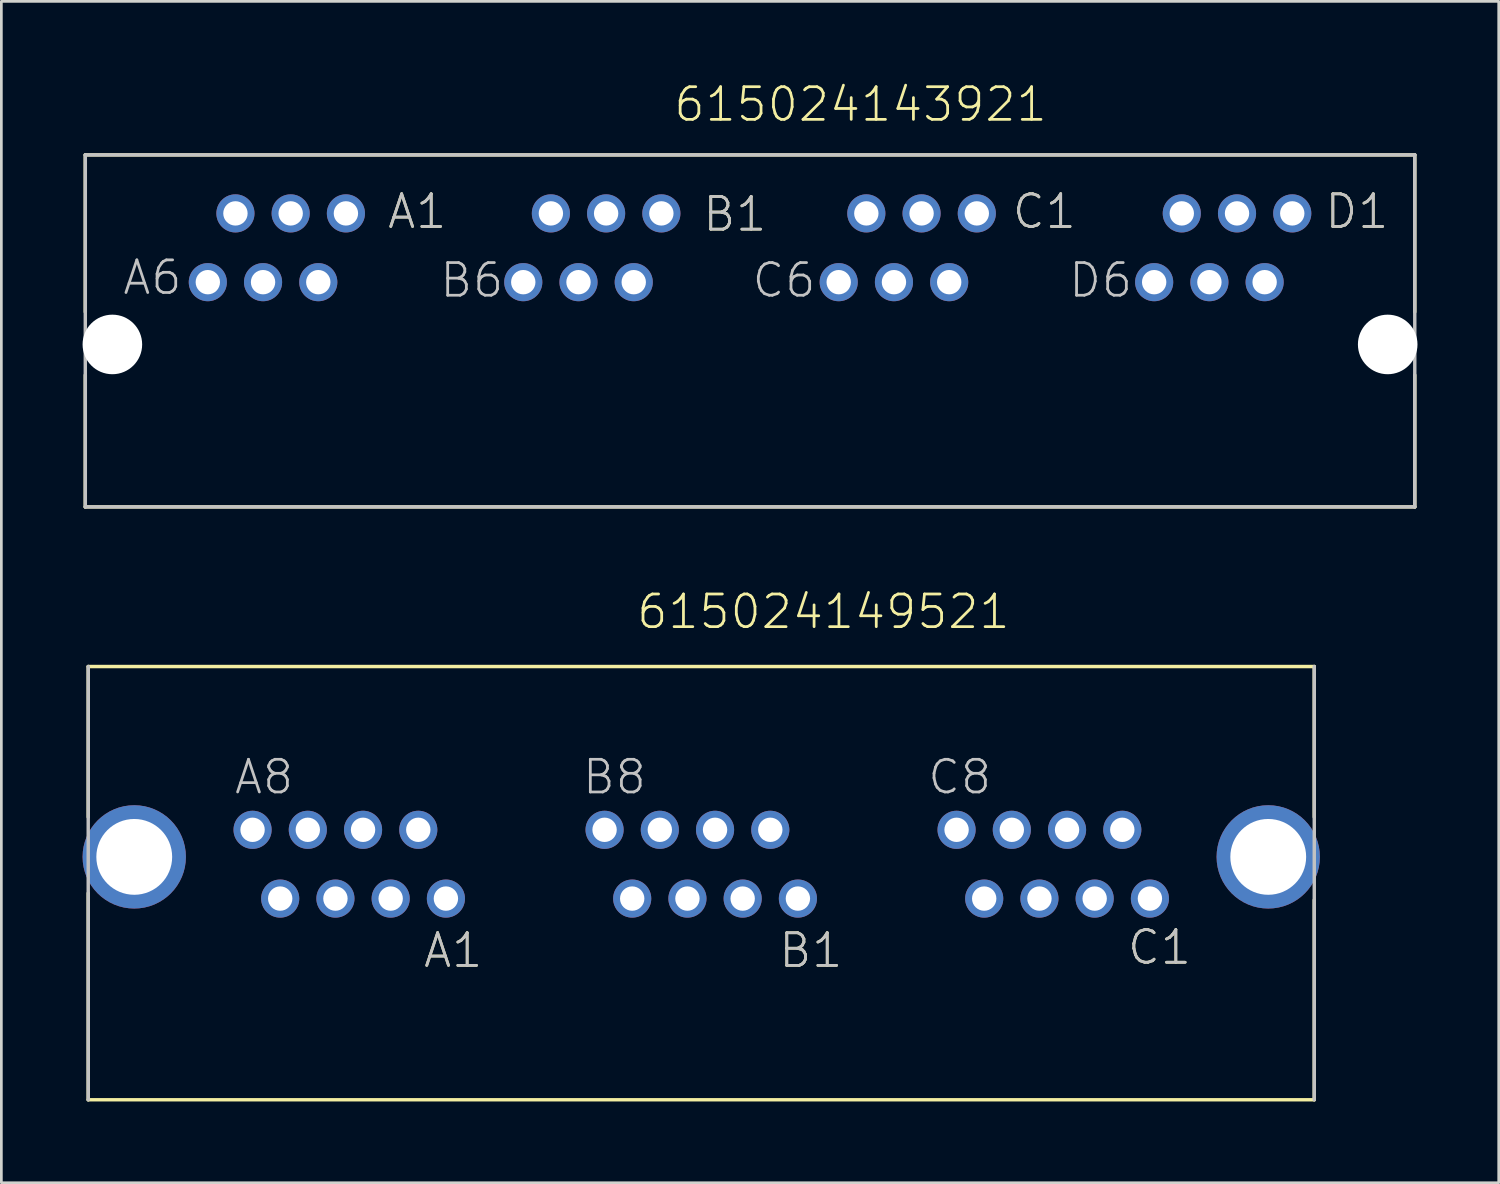
<source format=kicad_pcb>
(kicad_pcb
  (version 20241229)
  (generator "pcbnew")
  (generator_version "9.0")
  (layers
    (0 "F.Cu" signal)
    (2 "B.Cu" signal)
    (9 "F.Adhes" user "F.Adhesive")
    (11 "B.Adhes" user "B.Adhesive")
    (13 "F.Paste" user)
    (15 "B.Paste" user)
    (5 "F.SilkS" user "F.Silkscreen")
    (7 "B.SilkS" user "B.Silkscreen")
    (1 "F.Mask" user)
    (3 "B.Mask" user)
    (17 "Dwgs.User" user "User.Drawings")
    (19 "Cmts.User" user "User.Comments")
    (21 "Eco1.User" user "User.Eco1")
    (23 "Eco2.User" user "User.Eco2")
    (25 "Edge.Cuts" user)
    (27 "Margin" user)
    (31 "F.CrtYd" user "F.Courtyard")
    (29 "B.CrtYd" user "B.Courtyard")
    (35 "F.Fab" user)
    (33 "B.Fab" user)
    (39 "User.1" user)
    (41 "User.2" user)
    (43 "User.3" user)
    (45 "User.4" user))
  (footprint "615024149521"
    (layer "F.Cu")
    (at 22.848 28.596)
    (property "Reference" "615024149521" (at -2.447 -8.35 0) (layer "F.SilkS") (effects (font (size 1.206 1.206) (thickness 0.102)) (justify left bottom)))
    (attr through_hole)
    (fp_line (start -22.64 -7.03) (end 22.64 -7.03) (stroke (width 0.127) (type solid)) (layer "F.SilkS"))
    (fp_line (start -22.64 -1.47) (end -22.64 -7.03) (stroke (width 0.127) (type solid)) (layer "F.SilkS"))
    (fp_line (start -22.64 1.34) (end -22.64 8.97) (stroke (width 0.127) (type solid)) (layer "F.SilkS"))
    (fp_line (start 22.64 -1.47) (end 22.64 -7.03) (stroke (width 0.127) (type solid)) (layer "F.SilkS"))
    (fp_line (start 22.64 1.59) (end 22.64 8.97) (stroke (width 0.127) (type solid)) (layer "F.SilkS"))
    (fp_line (start 22.64 8.97) (end -22.64 8.97) (stroke (width 0.127) (type solid)) (layer "F.SilkS"))
    (fp_line (start -22.64 8.97) (end -22.64 -7.03) (stroke (width 0.127) (type solid)) (layer "Dwgs.User"))
    (fp_line (start 22.64 -7.03) (end 22.64 8.97) (stroke (width 0.127) (type solid)) (layer "Dwgs.User"))
    (fp_text user "C1" (at 15.68 4.045 0) (layer "F.SilkS") (effects (font (size 1.206 1.206) (thickness 0.102)) (justify left bottom)))
    (fp_text user "B1" (at 2.805 4.16 0) (layer "F.SilkS") (effects (font (size 1.206 1.206) (thickness 0.102)) (justify left bottom)))
    (fp_text user "A1" (at -10.32 4.16 0) (layer "F.SilkS") (effects (font (size 1.206 1.206) (thickness 0.102)) (justify left bottom)))
    (fp_text user "A1" (at -10.32 4.16 0) (layer "Dwgs.User") (effects (font (size 1.206 1.206) (thickness 0.102)) (justify left bottom)))
    (fp_text user "B1" (at 2.805 4.16 0) (layer "Dwgs.User") (effects (font (size 1.206 1.206) (thickness 0.102)) (justify left bottom)))
    (fp_text user "C8" (at 8.3 -2.245 0) (layer "Dwgs.User") (effects (font (size 1.206 1.206) (thickness 0.102)) (justify left bottom)))
    (fp_text user "A8" (at -17.305 -2.245 0) (layer "Dwgs.User") (effects (font (size 1.206 1.206) (thickness 0.102)) (justify left bottom)))
    (fp_text user "C1" (at 15.68 4.045 0) (layer "Dwgs.User") (effects (font (size 1.206 1.206) (thickness 0.102)) (justify left bottom)))
    (fp_text user "B8" (at -4.45 -2.245 0) (layer "Dwgs.User") (effects (font (size 1.206 1.206) (thickness 0.102)) (justify left bottom)))
    (pad "A1" thru_hole circle (at -9.43 1.54) (size 1.408 1.408) (drill 0.9) (layers "*.Cu" "*.Mask"))
    (pad "A2" thru_hole circle (at -10.45 -1) (size 1.408 1.408) (drill 0.9) (layers "*.Cu" "*.Mask"))
    (pad "A3" thru_hole circle (at -11.47 1.54) (size 1.408 1.408) (drill 0.9) (layers "*.Cu" "*.Mask"))
    (pad "A4" thru_hole circle (at -12.49 -1) (size 1.408 1.408) (drill 0.9) (layers "*.Cu" "*.Mask"))
    (pad "A5" thru_hole circle (at -13.51 1.54) (size 1.408 1.408) (drill 0.9) (layers "*.Cu" "*.Mask"))
    (pad "A6" thru_hole circle (at -14.53 -1) (size 1.408 1.408) (drill 0.9) (layers "*.Cu" "*.Mask"))
    (pad "A7" thru_hole circle (at -15.55 1.54) (size 1.408 1.408) (drill 0.9) (layers "*.Cu" "*.Mask"))
    (pad "A8" thru_hole circle (at -16.57 -1) (size 1.408 1.408) (drill 0.9) (layers "*.Cu" "*.Mask"))
    (pad "B1" thru_hole circle (at 3.57 1.54) (size 1.408 1.408) (drill 0.9) (layers "*.Cu" "*.Mask"))
    (pad "B2" thru_hole circle (at 2.55 -1) (size 1.408 1.408) (drill 0.9) (layers "*.Cu" "*.Mask"))
    (pad "B3" thru_hole circle (at 1.53 1.54) (size 1.408 1.408) (drill 0.9) (layers "*.Cu" "*.Mask"))
    (pad "B4" thru_hole circle (at 0.51 -1) (size 1.408 1.408) (drill 0.9) (layers "*.Cu" "*.Mask"))
    (pad "B5" thru_hole circle (at -0.51 1.54) (size 1.408 1.408) (drill 0.9) (layers "*.Cu" "*.Mask"))
    (pad "B6" thru_hole circle (at -1.53 -1) (size 1.408 1.408) (drill 0.9) (layers "*.Cu" "*.Mask"))
    (pad "B7" thru_hole circle (at -2.55 1.54) (size 1.408 1.408) (drill 0.9) (layers "*.Cu" "*.Mask"))
    (pad "B8" thru_hole circle (at -3.57 -1) (size 1.408 1.408) (drill 0.9) (layers "*.Cu" "*.Mask"))
    (pad "C1" thru_hole circle (at 16.57 1.54) (size 1.408 1.408) (drill 0.9) (layers "*.Cu" "*.Mask"))
    (pad "C2" thru_hole circle (at 15.55 -1) (size 1.408 1.408) (drill 0.9) (layers "*.Cu" "*.Mask"))
    (pad "C3" thru_hole circle (at 14.53 1.54) (size 1.408 1.408) (drill 0.9) (layers "*.Cu" "*.Mask"))
    (pad "C4" thru_hole circle (at 13.51 -1) (size 1.408 1.408) (drill 0.9) (layers "*.Cu" "*.Mask"))
    (pad "C5" thru_hole circle (at 12.49 1.54) (size 1.408 1.408) (drill 0.9) (layers "*.Cu" "*.Mask"))
    (pad "C6" thru_hole circle (at 11.47 -1) (size 1.408 1.408) (drill 0.9) (layers "*.Cu" "*.Mask"))
    (pad "C7" thru_hole circle (at 10.45 1.54) (size 1.408 1.408) (drill 0.9) (layers "*.Cu" "*.Mask"))
    (pad "C8" thru_hole circle (at 9.43 -1) (size 1.408 1.408) (drill 0.9) (layers "*.Cu" "*.Mask"))
    (pad "SHEL" thru_hole circle (at -20.94 0) (size 3.816 3.816) (drill 2.8) (layers "*.Cu" "*.Mask"))
    (pad "SHEL" thru_hole circle (at 20.94 0) (size 3.816 3.816) (drill 2.8) (layers "*.Cu" "*.Mask")))
  (footprint "615024143921"
    (layer "F.Cu")
    (at 24.65 6.101)
    (property "Reference" "615024143921" (at -2.877 -4.59 0) (layer "F.SilkS") (effects (font (size 1.206 1.206) (thickness 0.102)) (justify left bottom)))
    (attr through_hole)
    (fp_line (start -24.55 -3.43) (end 24.55 -3.43) (stroke (width 0.127) (type solid)) (layer "F.SilkS"))
    (fp_line (start -24.55 2.37) (end -24.55 -3.43) (stroke (width 0.127) (type solid)) (layer "F.SilkS"))
    (fp_line (start -24.55 4.7) (end -24.55 9.57) (stroke (width 0.127) (type solid)) (layer "F.SilkS"))
    (fp_line (start 24.55 2.37) (end 24.55 -3.43) (stroke (width 0.127) (type solid)) (layer "F.SilkS"))
    (fp_line (start 24.55 4.7) (end 24.55 9.57) (stroke (width 0.127) (type solid)) (layer "F.SilkS"))
    (fp_line (start 24.55 9.57) (end -24.55 9.57) (stroke (width 0.127) (type solid)) (layer "F.SilkS"))
    (fp_line (start -24.55 -3.43) (end 24.55 -3.43) (stroke (width 0.127) (type solid)) (layer "Dwgs.User"))
    (fp_line (start -24.55 9.57) (end -24.55 -3.43) (stroke (width 0.127) (type solid)) (layer "Dwgs.User"))
    (fp_line (start 24.55 -3.43) (end 24.55 9.57) (stroke (width 0.127) (type solid)) (layer "Dwgs.User"))
    (fp_line (start 24.55 9.57) (end -24.55 9.57) (stroke (width 0.127) (type solid)) (layer "Dwgs.User"))
    (fp_text user "D1" (at 21.17 -0.635 0) (layer "F.SilkS") (effects (font (size 1.206 1.206) (thickness 0.102)) (justify left bottom)))
    (fp_text user "C1" (at 9.625 -0.635 0) (layer "F.SilkS") (effects (font (size 1.206 1.206) (thickness 0.102)) (justify left bottom)))
    (fp_text user "A1" (at -13.45 -0.635 0) (layer "F.SilkS") (effects (font (size 1.206 1.206) (thickness 0.102)) (justify left bottom)))
    (fp_text user "B1" (at -1.805 -0.535 0) (layer "F.SilkS") (effects (font (size 1.206 1.206) (thickness 0.102)) (justify left bottom)))
    (fp_text user "A6" (at -23.23 1.805 0) (layer "Dwgs.User") (effects (font (size 1.206 1.206) (thickness 0.102)) (justify left bottom)))
    (fp_text user "B6" (at -11.52 1.905 0) (layer "Dwgs.User") (effects (font (size 1.206 1.206) (thickness 0.102)) (justify left bottom)))
    (fp_text user "A1" (at -13.45 -0.635 0) (layer "Dwgs.User") (effects (font (size 1.206 1.206) (thickness 0.102)) (justify left bottom)))
    (fp_text user "D6" (at 11.705 1.905 0) (layer "Dwgs.User") (effects (font (size 1.206 1.206) (thickness 0.102)) (justify left bottom)))
    (fp_text user "B1" (at -1.805 -0.535 0) (layer "Dwgs.User") (effects (font (size 1.206 1.206) (thickness 0.102)) (justify left bottom)))
    (fp_text user "C1" (at 9.625 -0.635 0) (layer "Dwgs.User") (effects (font (size 1.206 1.206) (thickness 0.102)) (justify left bottom)))
    (fp_text user "D1" (at 21.17 -0.635 0) (layer "Dwgs.User") (effects (font (size 1.206 1.206) (thickness 0.102)) (justify left bottom)))
    (fp_text user "C6" (at 0.01 1.905 0) (layer "Dwgs.User") (effects (font (size 1.206 1.206) (thickness 0.102)) (justify left bottom)))
    (pad "" np_thru_hole circle (at -23.55 3.57) (size 2.2 2.2) (drill 2.2) (layers "*.Cu"))
    (pad "" np_thru_hole circle (at 23.55 3.57) (size 2.2 2.2) (drill 2.2) (layers "*.Cu"))
    (pad "A1" thru_hole circle (at -14.925 -1.27) (size 1.408 1.408) (drill 0.9) (layers "*.Cu" "*.Mask"))
    (pad "A2" thru_hole circle (at -15.945 1.27) (size 1.408 1.408) (drill 0.9) (layers "*.Cu" "*.Mask"))
    (pad "A3" thru_hole circle (at -16.965 -1.27) (size 1.408 1.408) (drill 0.9) (layers "*.Cu" "*.Mask"))
    (pad "A4" thru_hole circle (at -17.985 1.27) (size 1.408 1.408) (drill 0.9) (layers "*.Cu" "*.Mask"))
    (pad "A5" thru_hole circle (at -19.005 -1.27) (size 1.408 1.408) (drill 0.9) (layers "*.Cu" "*.Mask"))
    (pad "A6" thru_hole circle (at -20.025 1.27) (size 1.408 1.408) (drill 0.9) (layers "*.Cu" "*.Mask"))
    (pad "B1" thru_hole circle (at -3.275 -1.27) (size 1.408 1.408) (drill 0.9) (layers "*.Cu" "*.Mask"))
    (pad "B2" thru_hole circle (at -4.295 1.27) (size 1.408 1.408) (drill 0.9) (layers "*.Cu" "*.Mask"))
    (pad "B3" thru_hole circle (at -5.315 -1.27) (size 1.408 1.408) (drill 0.9) (layers "*.Cu" "*.Mask"))
    (pad "B4" thru_hole circle (at -6.335 1.27) (size 1.408 1.408) (drill 0.9) (layers "*.Cu" "*.Mask"))
    (pad "B5" thru_hole circle (at -7.355 -1.27) (size 1.408 1.408) (drill 0.9) (layers "*.Cu" "*.Mask"))
    (pad "B6" thru_hole circle (at -8.375 1.27) (size 1.408 1.408) (drill 0.9) (layers "*.Cu" "*.Mask"))
    (pad "C1" thru_hole circle (at 8.375 -1.27) (size 1.408 1.408) (drill 0.9) (layers "*.Cu" "*.Mask"))
    (pad "C2" thru_hole circle (at 7.355 1.27) (size 1.408 1.408) (drill 0.9) (layers "*.Cu" "*.Mask"))
    (pad "C3" thru_hole circle (at 6.335 -1.27) (size 1.408 1.408) (drill 0.9) (layers "*.Cu" "*.Mask"))
    (pad "C4" thru_hole circle (at 5.315 1.27) (size 1.408 1.408) (drill 0.9) (layers "*.Cu" "*.Mask"))
    (pad "C5" thru_hole circle (at 4.295 -1.27) (size 1.408 1.408) (drill 0.9) (layers "*.Cu" "*.Mask"))
    (pad "C6" thru_hole circle (at 3.275 1.27) (size 1.408 1.408) (drill 0.9) (layers "*.Cu" "*.Mask"))
    (pad "D1" thru_hole circle (at 20.025 -1.27) (size 1.408 1.408) (drill 0.9) (layers "*.Cu" "*.Mask"))
    (pad "D2" thru_hole circle (at 19.005 1.27) (size 1.408 1.408) (drill 0.9) (layers "*.Cu" "*.Mask"))
    (pad "D3" thru_hole circle (at 17.985 -1.27) (size 1.408 1.408) (drill 0.9) (layers "*.Cu" "*.Mask"))
    (pad "D4" thru_hole circle (at 16.965 1.27) (size 1.408 1.408) (drill 0.9) (layers "*.Cu" "*.Mask"))
    (pad "D5" thru_hole circle (at 15.945 -1.27) (size 1.408 1.408) (drill 0.9) (layers "*.Cu" "*.Mask"))
    (pad "D6" thru_hole circle (at 14.925 1.27) (size 1.408 1.408) (drill 0.9) (layers "*.Cu" "*.Mask")))
  (gr_rect
    (start -3 -3)
    (end 52.3 40.63)
    (stroke (width 0.1) (type default))
    (fill no)
    (layer "Edge.Cuts")))
</source>
